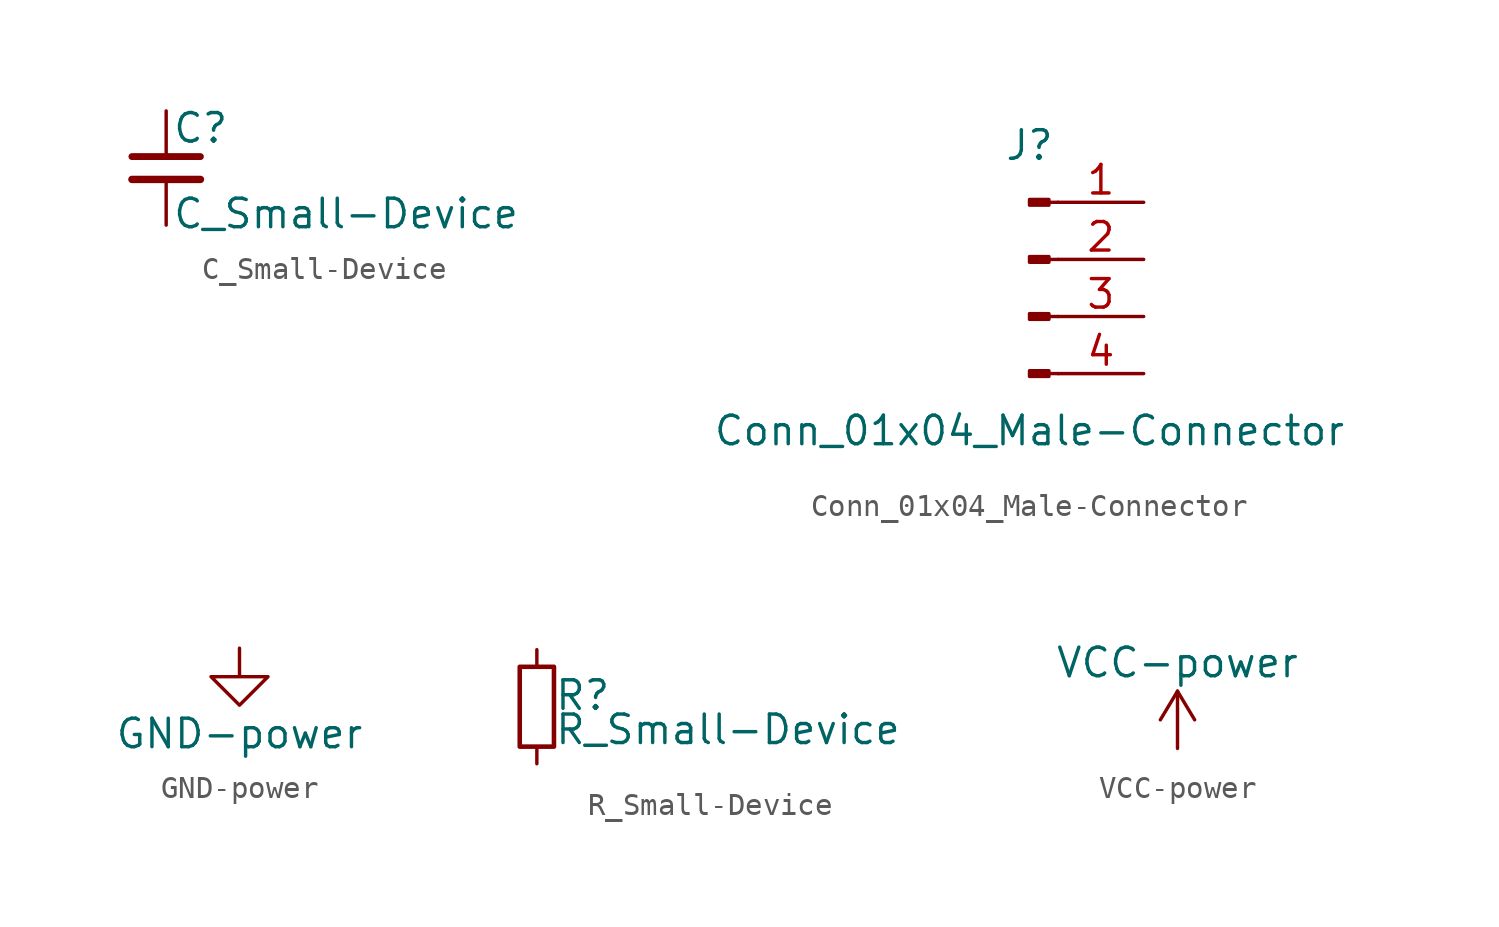
<source format=kicad_sym>
(kicad_symbol_lib
  (version 20201005)
  (generator kicad_symbol_editor)
  (symbol "C_Small-Device"
    (pin_numbers hide)
    (pin_names
      (offset 0.254) hide)
    (property "Reference" "C"
      (at 0.254 1.778 0)
      (effects (font (size 1.27 1.27)) (justify left)))
    (property "Value" "C_Small-Device"
      (at 0.254 -2.032 0)
      (effects (font (size 1.27 1.27)) (justify left)))
    (symbol "C_Small-Device_0_1"
      (polyline (pts (xy -1.524 -0.508) (xy 1.524 -0.508)) (stroke (width 0.33)) (fill (type none)))
      (polyline (pts (xy -1.524 0.508) (xy 1.524 0.508)) (stroke (width 0.305)) (fill (type none))))
    (symbol "C_Small-Device_1_1"
      (pin passive line (at 0 2.54 270) (length 2.032) (name "~" (effects (font (size 1.27 1.27)))) (number "1" (effects (font (size 1.27 1.27)))))
      (pin passive line (at 0 -2.54 90) (length 2.032) (name "~" (effects (font (size 1.27 1.27)))) (number "2" (effects (font (size 1.27 1.27)))))))
  (symbol "Conn_01x04_Male-Connector"
    (pin_names
      (offset 1.016) hide)
    (property "Reference" "J"
      (at 0 5.08 0)
      (effects (font (size 1.27 1.27))))
    (property "Value" "Conn_01x04_Male-Connector"
      (at 0 -7.62 0)
      (effects (font (size 1.27 1.27))))
    (symbol "Conn_01x04_Male-Connector_1_1"
      (rectangle (start 0.864 -4.953) (end 0 -5.207) (stroke (width 0.152)) (fill (type outline)))
      (rectangle (start 0.864 -2.413) (end 0 -2.667) (stroke (width 0.152)) (fill (type outline)))
      (rectangle (start 0.864 0.127) (end 0 -0.127) (stroke (width 0.152)) (fill (type outline)))
      (rectangle (start 0.864 2.667) (end 0 2.413) (stroke (width 0.152)) (fill (type outline)))
      (polyline (pts (xy 1.27 -5.08) (xy 0.864 -5.08)) (stroke (width 0.152)) (fill (type none)))
      (polyline (pts (xy 1.27 -2.54) (xy 0.864 -2.54)) (stroke (width 0.152)) (fill (type none)))
      (polyline (pts (xy 1.27 0) (xy 0.864 0)) (stroke (width 0.152)) (fill (type none)))
      (polyline (pts (xy 1.27 2.54) (xy 0.864 2.54)) (stroke (width 0.152)) (fill (type none)))
      (pin passive line (at 5.08 2.54 180) (length 3.81) (name "Pin_1" (effects (font (size 1.27 1.27)))) (number "1" (effects (font (size 1.27 1.27)))))
      (pin passive line (at 5.08 0 180) (length 3.81) (name "Pin_2" (effects (font (size 1.27 1.27)))) (number "2" (effects (font (size 1.27 1.27)))))
      (pin passive line (at 5.08 -2.54 180) (length 3.81) (name "Pin_3" (effects (font (size 1.27 1.27)))) (number "3" (effects (font (size 1.27 1.27)))))
      (pin passive line (at 5.08 -5.08 180) (length 3.81) (name "Pin_4" (effects (font (size 1.27 1.27)))) (number "4" (effects (font (size 1.27 1.27)))))))
  (symbol "GND-power"
    (power)
    (pin_names
      (offset 0))
    (property "Reference" "#PWR"
      (at 0 -6.35 0)
      (effects (font (size 1.27 1.27)) hide))
    (property "Value" "GND-power"
      (at 0 -3.81 0)
      (effects (font (size 1.27 1.27))))
    (symbol "GND-power_0_1"
      (polyline (pts (xy 0 0) (xy 0 -1.27) (xy 1.27 -1.27) (xy 0 -2.54) (xy -1.27 -1.27) (xy 0 -1.27)) (stroke (width 0)) (fill (type none))))
    (symbol "GND-power_1_1"
      (pin power_in line (at 0 0 270) (length 0) hide (name "GND" (effects (font (size 1.27 1.27)))) (number "1" (effects (font (size 1.27 1.27)))))))
  (symbol "R_Small-Device"
    (pin_numbers hide)
    (pin_names
      (offset 0.254) hide)
    (property "Reference" "R"
      (at 0.762 0.508 0)
      (effects (font (size 1.27 1.27)) (justify left)))
    (property "Value" "R_Small-Device"
      (at 0.762 -1.016 0)
      (effects (font (size 1.27 1.27)) (justify left)))
    (symbol "R_Small-Device_0_1"
      (rectangle (start -0.762 1.778) (end 0.762 -1.778) (stroke (width 0.203)) (fill (type none))))
    (symbol "R_Small-Device_1_1"
      (pin passive line (at 0 2.54 270) (length 0.762) (name "~" (effects (font (size 1.27 1.27)))) (number "1" (effects (font (size 1.27 1.27)))))
      (pin passive line (at 0 -2.54 90) (length 0.762) (name "~" (effects (font (size 1.27 1.27)))) (number "2" (effects (font (size 1.27 1.27)))))))
  (symbol "VCC-power"
    (power)
    (pin_names
      (offset 0))
    (property "Reference" "#PWR"
      (at 0 -3.81 0)
      (effects (font (size 1.27 1.27)) hide))
    (property "Value" "VCC-power"
      (at 0 3.81 0)
      (effects (font (size 1.27 1.27))))
    (symbol "VCC-power_0_1"
      (polyline (pts (xy -0.762 1.27) (xy 0 2.54)) (stroke (width 0)) (fill (type none)))
      (polyline (pts (xy 0 0) (xy 0 2.54)) (stroke (width 0)) (fill (type none)))
      (polyline (pts (xy 0 2.54) (xy 0.762 1.27)) (stroke (width 0)) (fill (type none))))
    (symbol "VCC-power_1_1"
      (pin power_in line (at 0 0 90) (length 0) hide (name "VCC" (effects (font (size 1.27 1.27)))) (number "1" (effects (font (size 1.27 1.27))))))))
</source>
